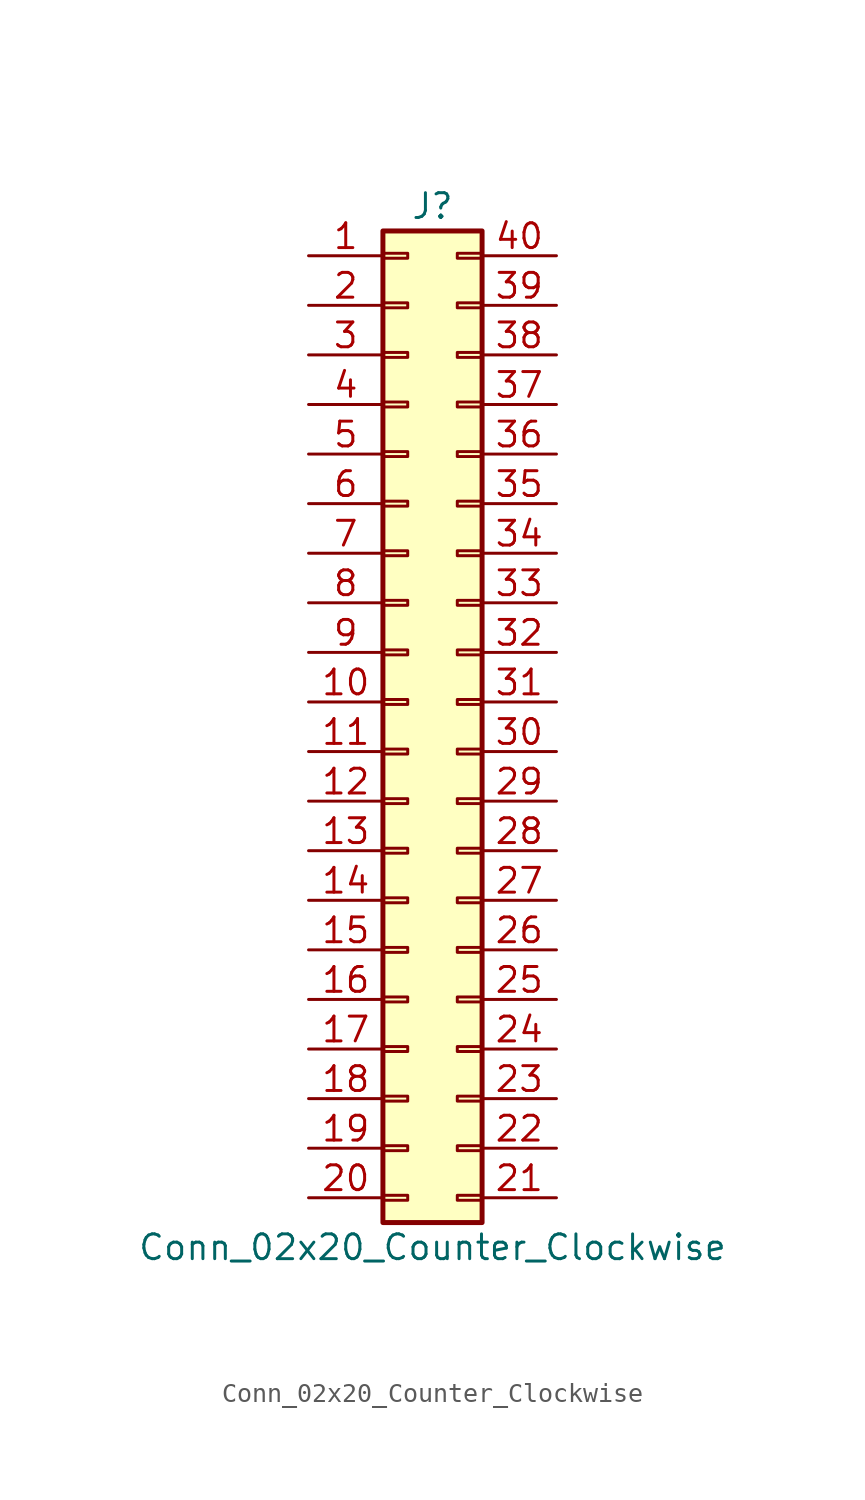
<source format=kicad_sym>
(kicad_symbol_lib
  (version 20201005)
  (generator kicad_symbol_editor)
  (symbol "Conn_02x20_Counter_Clockwise"
    (pin_names
      (offset 1.016) hide)
    (property "Reference" "J"
      (at 1.27 25.4 0)
      (effects (font (size 1.27 1.27))))
    (property "Value" "Conn_02x20_Counter_Clockwise"
      (at 1.27 -27.94 0)
      (effects (font (size 1.27 1.27))))
    (symbol "Conn_02x20_Counter_Clockwise_1_1"
      (rectangle (start -1.27 -25.273) (end 0 -25.527) (stroke (width 0.152)) (fill (type none)))
      (rectangle (start -1.27 -22.733) (end 0 -22.987) (stroke (width 0.152)) (fill (type none)))
      (rectangle (start -1.27 -20.193) (end 0 -20.447) (stroke (width 0.152)) (fill (type none)))
      (rectangle (start -1.27 -17.653) (end 0 -17.907) (stroke (width 0.152)) (fill (type none)))
      (rectangle (start -1.27 -15.113) (end 0 -15.367) (stroke (width 0.152)) (fill (type none)))
      (rectangle (start -1.27 -12.573) (end 0 -12.827) (stroke (width 0.152)) (fill (type none)))
      (rectangle (start -1.27 -10.033) (end 0 -10.287) (stroke (width 0.152)) (fill (type none)))
      (rectangle (start -1.27 -7.493) (end 0 -7.747) (stroke (width 0.152)) (fill (type none)))
      (rectangle (start -1.27 -4.953) (end 0 -5.207) (stroke (width 0.152)) (fill (type none)))
      (rectangle (start -1.27 -2.413) (end 0 -2.667) (stroke (width 0.152)) (fill (type none)))
      (rectangle (start -1.27 0.127) (end 0 -0.127) (stroke (width 0.152)) (fill (type none)))
      (rectangle (start -1.27 2.667) (end 0 2.413) (stroke (width 0.152)) (fill (type none)))
      (rectangle (start -1.27 5.207) (end 0 4.953) (stroke (width 0.152)) (fill (type none)))
      (rectangle (start -1.27 7.747) (end 0 7.493) (stroke (width 0.152)) (fill (type none)))
      (rectangle (start -1.27 10.287) (end 0 10.033) (stroke (width 0.152)) (fill (type none)))
      (rectangle (start -1.27 12.827) (end 0 12.573) (stroke (width 0.152)) (fill (type none)))
      (rectangle (start -1.27 15.367) (end 0 15.113) (stroke (width 0.152)) (fill (type none)))
      (rectangle (start -1.27 17.907) (end 0 17.653) (stroke (width 0.152)) (fill (type none)))
      (rectangle (start -1.27 20.447) (end 0 20.193) (stroke (width 0.152)) (fill (type none)))
      (rectangle (start -1.27 22.987) (end 0 22.733) (stroke (width 0.152)) (fill (type none)))
      (rectangle (start 3.81 -25.273) (end 2.54 -25.527) (stroke (width 0.152)) (fill (type none)))
      (rectangle (start 3.81 -22.733) (end 2.54 -22.987) (stroke (width 0.152)) (fill (type none)))
      (rectangle (start 3.81 -20.193) (end 2.54 -20.447) (stroke (width 0.152)) (fill (type none)))
      (rectangle (start 3.81 -17.653) (end 2.54 -17.907) (stroke (width 0.152)) (fill (type none)))
      (rectangle (start 3.81 -15.113) (end 2.54 -15.367) (stroke (width 0.152)) (fill (type none)))
      (rectangle (start 3.81 -12.573) (end 2.54 -12.827) (stroke (width 0.152)) (fill (type none)))
      (rectangle (start 3.81 -10.033) (end 2.54 -10.287) (stroke (width 0.152)) (fill (type none)))
      (rectangle (start 3.81 -7.493) (end 2.54 -7.747) (stroke (width 0.152)) (fill (type none)))
      (rectangle (start 3.81 -4.953) (end 2.54 -5.207) (stroke (width 0.152)) (fill (type none)))
      (rectangle (start 3.81 -2.413) (end 2.54 -2.667) (stroke (width 0.152)) (fill (type none)))
      (rectangle (start 3.81 0.127) (end 2.54 -0.127) (stroke (width 0.152)) (fill (type none)))
      (rectangle (start 3.81 2.667) (end 2.54 2.413) (stroke (width 0.152)) (fill (type none)))
      (rectangle (start 3.81 5.207) (end 2.54 4.953) (stroke (width 0.152)) (fill (type none)))
      (rectangle (start 3.81 7.747) (end 2.54 7.493) (stroke (width 0.152)) (fill (type none)))
      (rectangle (start 3.81 10.287) (end 2.54 10.033) (stroke (width 0.152)) (fill (type none)))
      (rectangle (start 3.81 12.827) (end 2.54 12.573) (stroke (width 0.152)) (fill (type none)))
      (rectangle (start 3.81 15.367) (end 2.54 15.113) (stroke (width 0.152)) (fill (type none)))
      (rectangle (start 3.81 17.907) (end 2.54 17.653) (stroke (width 0.152)) (fill (type none)))
      (rectangle (start 3.81 20.447) (end 2.54 20.193) (stroke (width 0.152)) (fill (type none)))
      (rectangle (start 3.81 22.987) (end 2.54 22.733) (stroke (width 0.152)) (fill (type none)))
      (rectangle (start -1.27 24.13) (end 3.81 -26.67) (stroke (width 0.254)) (fill (type background)))
      (pin passive line (at -5.08 22.86 0) (length 3.81) (name "Pin_1" (effects (font (size 1.27 1.27)))) (number "1" (effects (font (size 1.27 1.27)))))
      (pin passive line (at -5.08 0 0) (length 3.81) (name "Pin_10" (effects (font (size 1.27 1.27)))) (number "10" (effects (font (size 1.27 1.27)))))
      (pin passive line (at -5.08 -2.54 0) (length 3.81) (name "Pin_11" (effects (font (size 1.27 1.27)))) (number "11" (effects (font (size 1.27 1.27)))))
      (pin passive line (at -5.08 -5.08 0) (length 3.81) (name "Pin_12" (effects (font (size 1.27 1.27)))) (number "12" (effects (font (size 1.27 1.27)))))
      (pin passive line (at -5.08 -7.62 0) (length 3.81) (name "Pin_13" (effects (font (size 1.27 1.27)))) (number "13" (effects (font (size 1.27 1.27)))))
      (pin passive line (at -5.08 -10.16 0) (length 3.81) (name "Pin_14" (effects (font (size 1.27 1.27)))) (number "14" (effects (font (size 1.27 1.27)))))
      (pin passive line (at -5.08 -12.7 0) (length 3.81) (name "Pin_15" (effects (font (size 1.27 1.27)))) (number "15" (effects (font (size 1.27 1.27)))))
      (pin passive line (at -5.08 -15.24 0) (length 3.81) (name "Pin_16" (effects (font (size 1.27 1.27)))) (number "16" (effects (font (size 1.27 1.27)))))
      (pin passive line (at -5.08 -17.78 0) (length 3.81) (name "Pin_17" (effects (font (size 1.27 1.27)))) (number "17" (effects (font (size 1.27 1.27)))))
      (pin passive line (at -5.08 -20.32 0) (length 3.81) (name "Pin_18" (effects (font (size 1.27 1.27)))) (number "18" (effects (font (size 1.27 1.27)))))
      (pin passive line (at -5.08 -22.86 0) (length 3.81) (name "Pin_19" (effects (font (size 1.27 1.27)))) (number "19" (effects (font (size 1.27 1.27)))))
      (pin passive line (at -5.08 20.32 0) (length 3.81) (name "Pin_2" (effects (font (size 1.27 1.27)))) (number "2" (effects (font (size 1.27 1.27)))))
      (pin passive line (at -5.08 -25.4 0) (length 3.81) (name "Pin_20" (effects (font (size 1.27 1.27)))) (number "20" (effects (font (size 1.27 1.27)))))
      (pin passive line (at 7.62 -25.4 180) (length 3.81) (name "Pin_21" (effects (font (size 1.27 1.27)))) (number "21" (effects (font (size 1.27 1.27)))))
      (pin passive line (at 7.62 -22.86 180) (length 3.81) (name "Pin_22" (effects (font (size 1.27 1.27)))) (number "22" (effects (font (size 1.27 1.27)))))
      (pin passive line (at 7.62 -20.32 180) (length 3.81) (name "Pin_23" (effects (font (size 1.27 1.27)))) (number "23" (effects (font (size 1.27 1.27)))))
      (pin passive line (at 7.62 -17.78 180) (length 3.81) (name "Pin_24" (effects (font (size 1.27 1.27)))) (number "24" (effects (font (size 1.27 1.27)))))
      (pin passive line (at 7.62 -15.24 180) (length 3.81) (name "Pin_25" (effects (font (size 1.27 1.27)))) (number "25" (effects (font (size 1.27 1.27)))))
      (pin passive line (at 7.62 -12.7 180) (length 3.81) (name "Pin_26" (effects (font (size 1.27 1.27)))) (number "26" (effects (font (size 1.27 1.27)))))
      (pin passive line (at 7.62 -10.16 180) (length 3.81) (name "Pin_27" (effects (font (size 1.27 1.27)))) (number "27" (effects (font (size 1.27 1.27)))))
      (pin passive line (at 7.62 -7.62 180) (length 3.81) (name "Pin_28" (effects (font (size 1.27 1.27)))) (number "28" (effects (font (size 1.27 1.27)))))
      (pin passive line (at 7.62 -5.08 180) (length 3.81) (name "Pin_29" (effects (font (size 1.27 1.27)))) (number "29" (effects (font (size 1.27 1.27)))))
      (pin passive line (at -5.08 17.78 0) (length 3.81) (name "Pin_3" (effects (font (size 1.27 1.27)))) (number "3" (effects (font (size 1.27 1.27)))))
      (pin passive line (at 7.62 -2.54 180) (length 3.81) (name "Pin_30" (effects (font (size 1.27 1.27)))) (number "30" (effects (font (size 1.27 1.27)))))
      (pin passive line (at 7.62 0 180) (length 3.81) (name "Pin_31" (effects (font (size 1.27 1.27)))) (number "31" (effects (font (size 1.27 1.27)))))
      (pin passive line (at 7.62 2.54 180) (length 3.81) (name "Pin_32" (effects (font (size 1.27 1.27)))) (number "32" (effects (font (size 1.27 1.27)))))
      (pin passive line (at 7.62 5.08 180) (length 3.81) (name "Pin_33" (effects (font (size 1.27 1.27)))) (number "33" (effects (font (size 1.27 1.27)))))
      (pin passive line (at 7.62 7.62 180) (length 3.81) (name "Pin_34" (effects (font (size 1.27 1.27)))) (number "34" (effects (font (size 1.27 1.27)))))
      (pin passive line (at 7.62 10.16 180) (length 3.81) (name "Pin_35" (effects (font (size 1.27 1.27)))) (number "35" (effects (font (size 1.27 1.27)))))
      (pin passive line (at 7.62 12.7 180) (length 3.81) (name "Pin_36" (effects (font (size 1.27 1.27)))) (number "36" (effects (font (size 1.27 1.27)))))
      (pin passive line (at 7.62 15.24 180) (length 3.81) (name "Pin_37" (effects (font (size 1.27 1.27)))) (number "37" (effects (font (size 1.27 1.27)))))
      (pin passive line (at 7.62 17.78 180) (length 3.81) (name "Pin_38" (effects (font (size 1.27 1.27)))) (number "38" (effects (font (size 1.27 1.27)))))
      (pin passive line (at 7.62 20.32 180) (length 3.81) (name "Pin_39" (effects (font (size 1.27 1.27)))) (number "39" (effects (font (size 1.27 1.27)))))
      (pin passive line (at -5.08 15.24 0) (length 3.81) (name "Pin_4" (effects (font (size 1.27 1.27)))) (number "4" (effects (font (size 1.27 1.27)))))
      (pin passive line (at 7.62 22.86 180) (length 3.81) (name "Pin_40" (effects (font (size 1.27 1.27)))) (number "40" (effects (font (size 1.27 1.27)))))
      (pin passive line (at -5.08 12.7 0) (length 3.81) (name "Pin_5" (effects (font (size 1.27 1.27)))) (number "5" (effects (font (size 1.27 1.27)))))
      (pin passive line (at -5.08 10.16 0) (length 3.81) (name "Pin_6" (effects (font (size 1.27 1.27)))) (number "6" (effects (font (size 1.27 1.27)))))
      (pin passive line (at -5.08 7.62 0) (length 3.81) (name "Pin_7" (effects (font (size 1.27 1.27)))) (number "7" (effects (font (size 1.27 1.27)))))
      (pin passive line (at -5.08 5.08 0) (length 3.81) (name "Pin_8" (effects (font (size 1.27 1.27)))) (number "8" (effects (font (size 1.27 1.27)))))
      (pin passive line (at -5.08 2.54 0) (length 3.81) (name "Pin_9" (effects (font (size 1.27 1.27)))) (number "9" (effects (font (size 1.27 1.27))))))))
</source>
